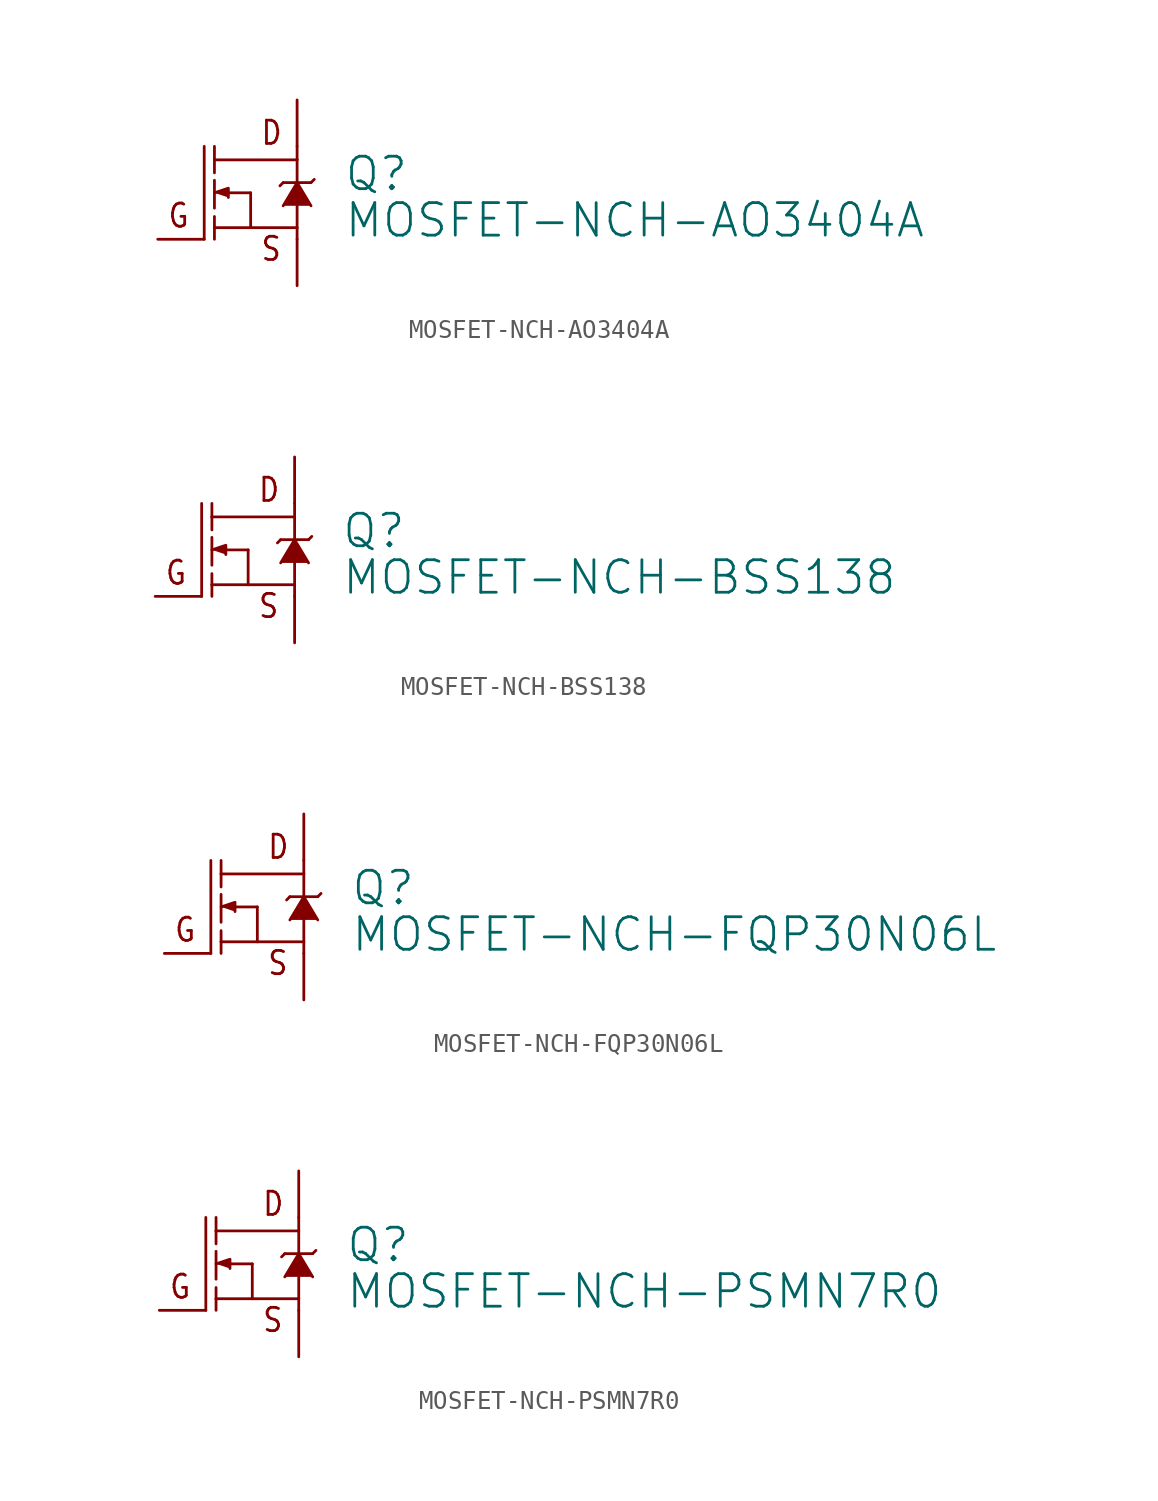
<source format=kicad_sym>
(kicad_symbol_lib
  (version 20211014)
  (generator kicad_symbol_editor)
  (symbol "MOSFET-NCH-AO3404A"
    (property "Reference" "Q"
      (at 5.08 0 0)
      (effects (font (size 1.778 1.778)) (justify left bottom)))
    (property "Value" "MOSFET-NCH-AO3404A"
      (at 5.08 -2.54 0)
      (effects (font (size 1.778 1.778)) (justify left bottom)))
    (property "ki_locked" ""
      (at 0 0 0)
      (effects (font (size 1.27 1.27))))
    (symbol "MOSFET-NCH-AO3404A_1_0"
      (polyline (pts (xy -2.54 -2.54) (xy -2.54 2.54)) (stroke (width 0.152) (type default) (color 0 0 0 0)) (fill (type none)))
      (polyline (pts (xy -1.981 -1.905) (xy -1.981 -2.54)) (stroke (width 0.152) (type default) (color 0 0 0 0)) (fill (type none)))
      (polyline (pts (xy -1.981 -1.905) (xy 0 -1.905)) (stroke (width 0.152) (type default) (color 0 0 0 0)) (fill (type none)))
      (polyline (pts (xy -1.981 -1.295) (xy -1.981 -1.905)) (stroke (width 0.152) (type default) (color 0 0 0 0)) (fill (type none)))
      (polyline (pts (xy -1.981 0.686) (xy -1.981 -0.838)) (stroke (width 0.152) (type default) (color 0 0 0 0)) (fill (type none)))
      (polyline (pts (xy -1.981 1.803) (xy -1.981 1.092)) (stroke (width 0.152) (type default) (color 0 0 0 0)) (fill (type none)))
      (polyline (pts (xy -1.981 1.803) (xy 2.54 1.803)) (stroke (width 0.152) (type default) (color 0 0 0 0)) (fill (type none)))
      (polyline (pts (xy -1.981 2.54) (xy -1.981 1.803)) (stroke (width 0.152) (type default) (color 0 0 0 0)) (fill (type none)))
      (polyline (pts (xy 0 -1.905) (xy 0 0)) (stroke (width 0.152) (type default) (color 0 0 0 0)) (fill (type none)))
      (polyline (pts (xy 0 0) (xy -1.219 0)) (stroke (width 0.152) (type default) (color 0 0 0 0)) (fill (type none)))
      (polyline (pts (xy 1.6 0.381) (xy 1.778 0.559)) (stroke (width 0.152) (type default) (color 0 0 0 0)) (fill (type none)))
      (polyline (pts (xy 2.54 -2.54) (xy 2.54 -1.905)) (stroke (width 0.152) (type default) (color 0 0 0 0)) (fill (type none)))
      (polyline (pts (xy 2.54 -1.905) (xy 0 -1.905)) (stroke (width 0.152) (type default) (color 0 0 0 0)) (fill (type none)))
      (polyline (pts (xy 2.54 -0.711) (xy 2.54 -1.905)) (stroke (width 0.152) (type default) (color 0 0 0 0)) (fill (type none)))
      (polyline (pts (xy 2.54 0.559) (xy 1.778 0.559)) (stroke (width 0.152) (type default) (color 0 0 0 0)) (fill (type none)))
      (polyline (pts (xy 2.54 0.559) (xy 3.302 0.559)) (stroke (width 0.152) (type default) (color 0 0 0 0)) (fill (type none)))
      (polyline (pts (xy 2.54 1.803) (xy 2.54 0.559)) (stroke (width 0.152) (type default) (color 0 0 0 0)) (fill (type none)))
      (polyline (pts (xy 2.54 2.54) (xy 2.54 1.803)) (stroke (width 0.152) (type default) (color 0 0 0 0)) (fill (type none)))
      (polyline (pts (xy 3.302 0.559) (xy 3.48 0.737)) (stroke (width 0.152) (type default) (color 0 0 0 0)) (fill (type none)))
      (polyline (pts (xy -1.981 0) (xy -1.219 0.254) (xy -1.219 -0.254)) (stroke (width 0) (type default) (color 0 0 0 0)) (fill (type outline)))
      (polyline (pts (xy 1.778 -0.711) (xy 2.54 0.559) (xy 3.302 -0.711)) (stroke (width 0) (type default) (color 0 0 0 0)) (fill (type outline)))
      (text "D" (at 0.508 2.54 0) (effects (font (size 1.27 1.079)) (justify left bottom)))
      (text "G" (at -3.302 -0.508 0) (effects (font (size 1.27 1.079)) (justify right top)))
      (text "S" (at 0.508 -3.81 0) (effects (font (size 1.27 1.079)) (justify left bottom)))
      (pin bidirectional line (at -5.08 -2.54 0) (length 2.54) (name "G" (effects (font (size 0 0)))) (number "1" (effects (font (size 0 0)))))
      (pin bidirectional line (at 2.54 -5.08 90) (length 2.54) (name "S" (effects (font (size 0 0)))) (number "2" (effects (font (size 0 0)))))
      (pin bidirectional line (at 2.54 5.08 270) (length 2.54) (name "D" (effects (font (size 0 0)))) (number "3" (effects (font (size 0 0)))))))
  (symbol "MOSFET-NCH-BSS138"
    (property "Reference" "Q"
      (at 5.08 0 0)
      (effects (font (size 1.778 1.778)) (justify left bottom)))
    (property "Value" "MOSFET-NCH-BSS138"
      (at 5.08 -2.54 0)
      (effects (font (size 1.778 1.778)) (justify left bottom)))
    (property "ki_locked" ""
      (at 0 0 0)
      (effects (font (size 1.27 1.27))))
    (symbol "MOSFET-NCH-BSS138_1_0"
      (polyline (pts (xy -2.54 -2.54) (xy -2.54 2.54)) (stroke (width 0.152) (type default) (color 0 0 0 0)) (fill (type none)))
      (polyline (pts (xy -1.981 -1.905) (xy -1.981 -2.54)) (stroke (width 0.152) (type default) (color 0 0 0 0)) (fill (type none)))
      (polyline (pts (xy -1.981 -1.905) (xy 0 -1.905)) (stroke (width 0.152) (type default) (color 0 0 0 0)) (fill (type none)))
      (polyline (pts (xy -1.981 -1.295) (xy -1.981 -1.905)) (stroke (width 0.152) (type default) (color 0 0 0 0)) (fill (type none)))
      (polyline (pts (xy -1.981 0.686) (xy -1.981 -0.838)) (stroke (width 0.152) (type default) (color 0 0 0 0)) (fill (type none)))
      (polyline (pts (xy -1.981 1.803) (xy -1.981 1.092)) (stroke (width 0.152) (type default) (color 0 0 0 0)) (fill (type none)))
      (polyline (pts (xy -1.981 1.803) (xy 2.54 1.803)) (stroke (width 0.152) (type default) (color 0 0 0 0)) (fill (type none)))
      (polyline (pts (xy -1.981 2.54) (xy -1.981 1.803)) (stroke (width 0.152) (type default) (color 0 0 0 0)) (fill (type none)))
      (polyline (pts (xy 0 -1.905) (xy 0 0)) (stroke (width 0.152) (type default) (color 0 0 0 0)) (fill (type none)))
      (polyline (pts (xy 0 0) (xy -1.219 0)) (stroke (width 0.152) (type default) (color 0 0 0 0)) (fill (type none)))
      (polyline (pts (xy 1.6 0.381) (xy 1.778 0.559)) (stroke (width 0.152) (type default) (color 0 0 0 0)) (fill (type none)))
      (polyline (pts (xy 2.54 -2.54) (xy 2.54 -1.905)) (stroke (width 0.152) (type default) (color 0 0 0 0)) (fill (type none)))
      (polyline (pts (xy 2.54 -1.905) (xy 0 -1.905)) (stroke (width 0.152) (type default) (color 0 0 0 0)) (fill (type none)))
      (polyline (pts (xy 2.54 -0.711) (xy 2.54 -1.905)) (stroke (width 0.152) (type default) (color 0 0 0 0)) (fill (type none)))
      (polyline (pts (xy 2.54 0.559) (xy 1.778 0.559)) (stroke (width 0.152) (type default) (color 0 0 0 0)) (fill (type none)))
      (polyline (pts (xy 2.54 0.559) (xy 3.302 0.559)) (stroke (width 0.152) (type default) (color 0 0 0 0)) (fill (type none)))
      (polyline (pts (xy 2.54 1.803) (xy 2.54 0.559)) (stroke (width 0.152) (type default) (color 0 0 0 0)) (fill (type none)))
      (polyline (pts (xy 2.54 2.54) (xy 2.54 1.803)) (stroke (width 0.152) (type default) (color 0 0 0 0)) (fill (type none)))
      (polyline (pts (xy 3.302 0.559) (xy 3.48 0.737)) (stroke (width 0.152) (type default) (color 0 0 0 0)) (fill (type none)))
      (polyline (pts (xy -1.981 0) (xy -1.219 0.254) (xy -1.219 -0.254)) (stroke (width 0) (type default) (color 0 0 0 0)) (fill (type outline)))
      (polyline (pts (xy 1.778 -0.711) (xy 2.54 0.559) (xy 3.302 -0.711)) (stroke (width 0) (type default) (color 0 0 0 0)) (fill (type outline)))
      (text "D" (at 0.508 2.54 0) (effects (font (size 1.27 1.079)) (justify left bottom)))
      (text "G" (at -3.302 -0.508 0) (effects (font (size 1.27 1.079)) (justify right top)))
      (text "S" (at 0.508 -3.81 0) (effects (font (size 1.27 1.079)) (justify left bottom)))
      (pin bidirectional line (at -5.08 -2.54 0) (length 2.54) (name "G" (effects (font (size 0 0)))) (number "1" (effects (font (size 0 0)))))
      (pin bidirectional line (at 2.54 -5.08 90) (length 2.54) (name "S" (effects (font (size 0 0)))) (number "2" (effects (font (size 0 0)))))
      (pin bidirectional line (at 2.54 5.08 270) (length 2.54) (name "D" (effects (font (size 0 0)))) (number "3" (effects (font (size 0 0)))))))
  (symbol "MOSFET-NCH-FQP30N06L"
    (property "Reference" "Q"
      (at 5.08 0 0)
      (effects (font (size 1.778 1.778)) (justify left bottom)))
    (property "Value" "MOSFET-NCH-FQP30N06L"
      (at 5.08 -2.54 0)
      (effects (font (size 1.778 1.778)) (justify left bottom)))
    (property "ki_locked" ""
      (at 0 0 0)
      (effects (font (size 1.27 1.27))))
    (symbol "MOSFET-NCH-FQP30N06L_1_0"
      (polyline (pts (xy -2.54 -2.54) (xy -2.54 2.54)) (stroke (width 0.152) (type default) (color 0 0 0 0)) (fill (type none)))
      (polyline (pts (xy -1.981 -1.905) (xy -1.981 -2.54)) (stroke (width 0.152) (type default) (color 0 0 0 0)) (fill (type none)))
      (polyline (pts (xy -1.981 -1.905) (xy 0 -1.905)) (stroke (width 0.152) (type default) (color 0 0 0 0)) (fill (type none)))
      (polyline (pts (xy -1.981 -1.295) (xy -1.981 -1.905)) (stroke (width 0.152) (type default) (color 0 0 0 0)) (fill (type none)))
      (polyline (pts (xy -1.981 0.686) (xy -1.981 -0.838)) (stroke (width 0.152) (type default) (color 0 0 0 0)) (fill (type none)))
      (polyline (pts (xy -1.981 1.803) (xy -1.981 1.092)) (stroke (width 0.152) (type default) (color 0 0 0 0)) (fill (type none)))
      (polyline (pts (xy -1.981 1.803) (xy 2.54 1.803)) (stroke (width 0.152) (type default) (color 0 0 0 0)) (fill (type none)))
      (polyline (pts (xy -1.981 2.54) (xy -1.981 1.803)) (stroke (width 0.152) (type default) (color 0 0 0 0)) (fill (type none)))
      (polyline (pts (xy 0 -1.905) (xy 0 0)) (stroke (width 0.152) (type default) (color 0 0 0 0)) (fill (type none)))
      (polyline (pts (xy 0 0) (xy -1.219 0)) (stroke (width 0.152) (type default) (color 0 0 0 0)) (fill (type none)))
      (polyline (pts (xy 1.6 0.381) (xy 1.778 0.559)) (stroke (width 0.152) (type default) (color 0 0 0 0)) (fill (type none)))
      (polyline (pts (xy 2.54 -2.54) (xy 2.54 -1.905)) (stroke (width 0.152) (type default) (color 0 0 0 0)) (fill (type none)))
      (polyline (pts (xy 2.54 -1.905) (xy 0 -1.905)) (stroke (width 0.152) (type default) (color 0 0 0 0)) (fill (type none)))
      (polyline (pts (xy 2.54 -0.711) (xy 2.54 -1.905)) (stroke (width 0.152) (type default) (color 0 0 0 0)) (fill (type none)))
      (polyline (pts (xy 2.54 0.559) (xy 1.778 0.559)) (stroke (width 0.152) (type default) (color 0 0 0 0)) (fill (type none)))
      (polyline (pts (xy 2.54 0.559) (xy 3.302 0.559)) (stroke (width 0.152) (type default) (color 0 0 0 0)) (fill (type none)))
      (polyline (pts (xy 2.54 1.803) (xy 2.54 0.559)) (stroke (width 0.152) (type default) (color 0 0 0 0)) (fill (type none)))
      (polyline (pts (xy 2.54 2.54) (xy 2.54 1.803)) (stroke (width 0.152) (type default) (color 0 0 0 0)) (fill (type none)))
      (polyline (pts (xy 3.302 0.559) (xy 3.48 0.737)) (stroke (width 0.152) (type default) (color 0 0 0 0)) (fill (type none)))
      (polyline (pts (xy -1.981 0) (xy -1.219 0.254) (xy -1.219 -0.254)) (stroke (width 0) (type default) (color 0 0 0 0)) (fill (type outline)))
      (polyline (pts (xy 1.778 -0.711) (xy 2.54 0.559) (xy 3.302 -0.711)) (stroke (width 0) (type default) (color 0 0 0 0)) (fill (type outline)))
      (text "D" (at 0.508 2.54 0) (effects (font (size 1.27 1.079)) (justify left bottom)))
      (text "G" (at -3.302 -0.508 0) (effects (font (size 1.27 1.079)) (justify right top)))
      (text "S" (at 0.508 -3.81 0) (effects (font (size 1.27 1.079)) (justify left bottom)))
      (pin bidirectional line (at -5.08 -2.54 0) (length 2.54) (name "G" (effects (font (size 0 0)))) (number "1" (effects (font (size 0 0)))))
      (pin bidirectional line (at 2.54 5.08 270) (length 2.54) (name "D" (effects (font (size 0 0)))) (number "2" (effects (font (size 0 0)))))
      (pin bidirectional line (at 2.54 -5.08 90) (length 2.54) (name "S" (effects (font (size 0 0)))) (number "3" (effects (font (size 0 0)))))))
  (symbol "MOSFET-NCH-PSMN7R0"
    (property "Reference" "Q"
      (at 5.08 0 0)
      (effects (font (size 1.778 1.778)) (justify left bottom)))
    (property "Value" "MOSFET-NCH-PSMN7R0"
      (at 5.08 -2.54 0)
      (effects (font (size 1.778 1.778)) (justify left bottom)))
    (property "ki_locked" ""
      (at 0 0 0)
      (effects (font (size 1.27 1.27))))
    (symbol "MOSFET-NCH-PSMN7R0_1_0"
      (polyline (pts (xy -2.54 -2.54) (xy -2.54 2.54)) (stroke (width 0.152) (type default) (color 0 0 0 0)) (fill (type none)))
      (polyline (pts (xy -1.981 -1.905) (xy -1.981 -2.54)) (stroke (width 0.152) (type default) (color 0 0 0 0)) (fill (type none)))
      (polyline (pts (xy -1.981 -1.905) (xy 0 -1.905)) (stroke (width 0.152) (type default) (color 0 0 0 0)) (fill (type none)))
      (polyline (pts (xy -1.981 -1.295) (xy -1.981 -1.905)) (stroke (width 0.152) (type default) (color 0 0 0 0)) (fill (type none)))
      (polyline (pts (xy -1.981 0.686) (xy -1.981 -0.838)) (stroke (width 0.152) (type default) (color 0 0 0 0)) (fill (type none)))
      (polyline (pts (xy -1.981 1.803) (xy -1.981 1.092)) (stroke (width 0.152) (type default) (color 0 0 0 0)) (fill (type none)))
      (polyline (pts (xy -1.981 1.803) (xy 2.54 1.803)) (stroke (width 0.152) (type default) (color 0 0 0 0)) (fill (type none)))
      (polyline (pts (xy -1.981 2.54) (xy -1.981 1.803)) (stroke (width 0.152) (type default) (color 0 0 0 0)) (fill (type none)))
      (polyline (pts (xy 0 -1.905) (xy 0 0)) (stroke (width 0.152) (type default) (color 0 0 0 0)) (fill (type none)))
      (polyline (pts (xy 0 0) (xy -1.219 0)) (stroke (width 0.152) (type default) (color 0 0 0 0)) (fill (type none)))
      (polyline (pts (xy 1.6 0.381) (xy 1.778 0.559)) (stroke (width 0.152) (type default) (color 0 0 0 0)) (fill (type none)))
      (polyline (pts (xy 2.54 -2.54) (xy 2.54 -1.905)) (stroke (width 0.152) (type default) (color 0 0 0 0)) (fill (type none)))
      (polyline (pts (xy 2.54 -1.905) (xy 0 -1.905)) (stroke (width 0.152) (type default) (color 0 0 0 0)) (fill (type none)))
      (polyline (pts (xy 2.54 -0.711) (xy 2.54 -1.905)) (stroke (width 0.152) (type default) (color 0 0 0 0)) (fill (type none)))
      (polyline (pts (xy 2.54 0.559) (xy 1.778 0.559)) (stroke (width 0.152) (type default) (color 0 0 0 0)) (fill (type none)))
      (polyline (pts (xy 2.54 0.559) (xy 3.302 0.559)) (stroke (width 0.152) (type default) (color 0 0 0 0)) (fill (type none)))
      (polyline (pts (xy 2.54 1.803) (xy 2.54 0.559)) (stroke (width 0.152) (type default) (color 0 0 0 0)) (fill (type none)))
      (polyline (pts (xy 2.54 2.54) (xy 2.54 1.803)) (stroke (width 0.152) (type default) (color 0 0 0 0)) (fill (type none)))
      (polyline (pts (xy 3.302 0.559) (xy 3.48 0.737)) (stroke (width 0.152) (type default) (color 0 0 0 0)) (fill (type none)))
      (polyline (pts (xy -1.981 0) (xy -1.219 0.254) (xy -1.219 -0.254)) (stroke (width 0) (type default) (color 0 0 0 0)) (fill (type outline)))
      (polyline (pts (xy 1.778 -0.711) (xy 2.54 0.559) (xy 3.302 -0.711)) (stroke (width 0) (type default) (color 0 0 0 0)) (fill (type outline)))
      (text "D" (at 0.508 2.54 0) (effects (font (size 1.27 1.079)) (justify left bottom)))
      (text "G" (at -3.302 -0.508 0) (effects (font (size 1.27 1.079)) (justify right top)))
      (text "S" (at 0.508 -3.81 0) (effects (font (size 1.27 1.079)) (justify left bottom)))
      (pin bidirectional line (at -5.08 -2.54 0) (length 2.54) (name "G" (effects (font (size 0 0)))) (number "1" (effects (font (size 0 0)))))
      (pin bidirectional line (at 2.54 5.08 270) (length 2.54) (name "D" (effects (font (size 0 0)))) (number "2" (effects (font (size 0 0)))))
      (pin bidirectional line (at 2.54 -5.08 90) (length 2.54) (name "S" (effects (font (size 0 0)))) (number "3" (effects (font (size 0 0))))))))
</source>
